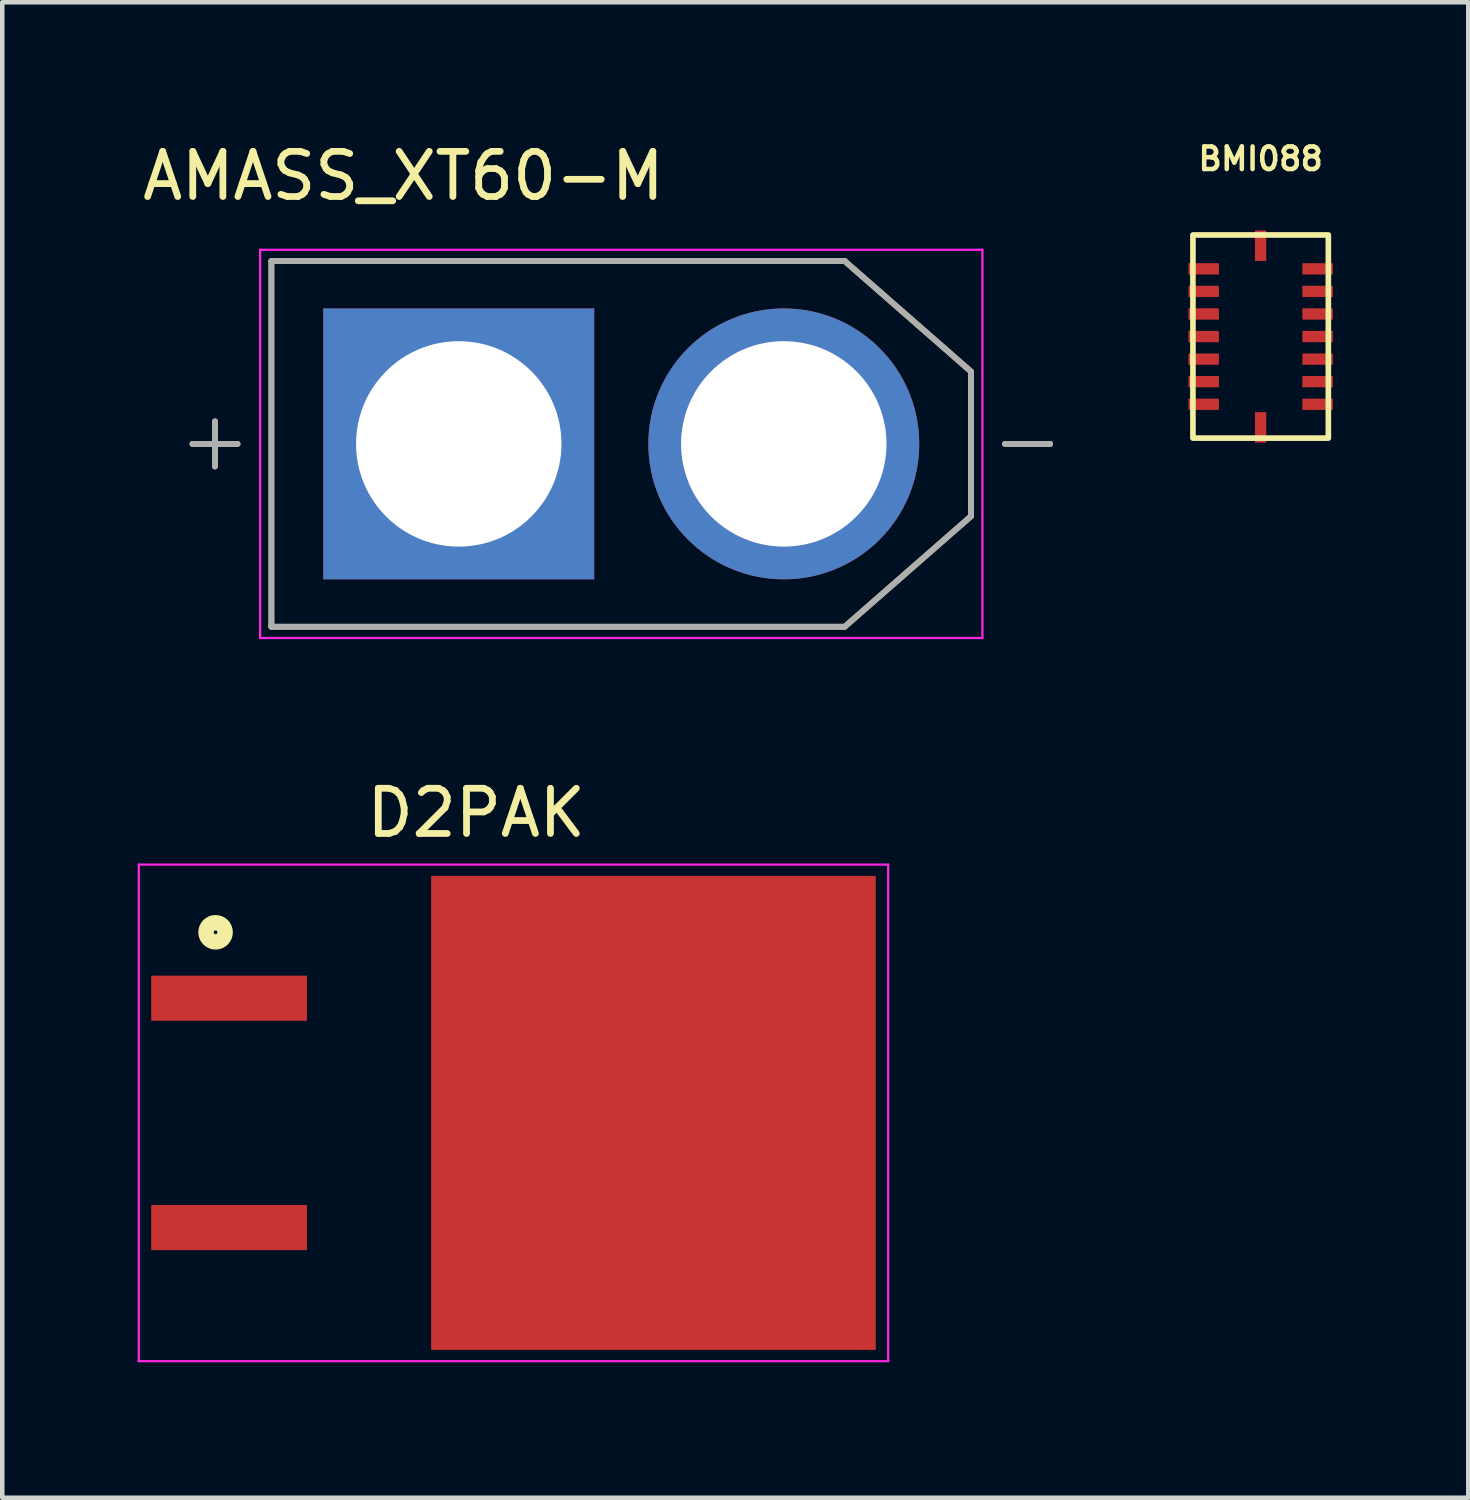
<source format=kicad_pcb>
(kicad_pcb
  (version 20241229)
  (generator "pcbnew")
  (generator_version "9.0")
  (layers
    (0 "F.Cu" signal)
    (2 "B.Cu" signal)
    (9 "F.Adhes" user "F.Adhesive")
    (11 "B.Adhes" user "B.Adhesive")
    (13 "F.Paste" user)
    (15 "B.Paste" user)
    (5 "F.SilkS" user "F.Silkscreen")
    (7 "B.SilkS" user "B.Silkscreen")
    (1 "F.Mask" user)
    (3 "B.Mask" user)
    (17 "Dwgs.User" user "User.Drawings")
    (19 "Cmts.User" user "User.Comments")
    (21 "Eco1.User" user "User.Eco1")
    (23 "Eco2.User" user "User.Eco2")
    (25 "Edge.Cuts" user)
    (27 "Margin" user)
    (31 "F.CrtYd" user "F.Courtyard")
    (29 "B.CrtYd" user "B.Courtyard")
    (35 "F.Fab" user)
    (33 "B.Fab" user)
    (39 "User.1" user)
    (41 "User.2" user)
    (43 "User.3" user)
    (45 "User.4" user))
  (footprint "D2PAK"
    (layer "F.Cu")
    (at 8.325 21.602)
    (property "Reference" "D2PAK" (at -0.826 -6.645 0) (layer "F.SilkS") (effects (font (size 1.001 1.001) (thickness 0.15))))
    (attr through_hole)
    (fp_circle (center -6.6 -4) (end -6.459 -4) (stroke (width 0.2) (type solid)) (fill no) (layer "F.SilkS"))
    (fp_circle (center -6.6 -4) (end -6.317 -4) (stroke (width 0.2) (type solid)) (fill no) (layer "F.SilkS"))
    (fp_poly (pts (xy -0.681 1.24) (xy 0.68 1.24) (xy 0.68 2.765) (xy -0.681 2.765)) (stroke (width 0.01) (type solid)) (fill yes) (layer "F.Paste"))
    (fp_poly (pts (xy -0.681 -0.76) (xy 0.68 -0.76) (xy 0.68 0.761) (xy -0.681 0.761)) (stroke (width 0.01) (type solid)) (fill yes) (layer "F.Paste"))
    (fp_poly (pts (xy -0.681 -2.76) (xy 0.68 -2.76) (xy 0.68 -1.242) (xy -0.681 -1.242)) (stroke (width 0.01) (type solid)) (fill yes) (layer "F.Paste"))
    (fp_poly (pts (xy -0.681 -4.76) (xy 0.68 -4.76) (xy 0.68 -3.244) (xy -0.681 -3.244)) (stroke (width 0.01) (type solid)) (fill yes) (layer "F.Paste"))
    (fp_poly (pts (xy -0.68 3.24) (xy 0.68 3.24) (xy 0.68 4.763) (xy -0.68 4.763)) (stroke (width 0.01) (type solid)) (fill yes) (layer "F.Paste"))
    (fp_poly (pts (xy 1.47 3.24) (xy 2.83 3.24) (xy 2.83 4.761) (xy 1.47 4.761)) (stroke (width 0.01) (type solid)) (fill yes) (layer "F.Paste"))
    (fp_poly (pts (xy 1.471 -4.76) (xy 2.83 -4.76) (xy 2.83 -3.241) (xy 1.471 -3.241)) (stroke (width 0.01) (type solid)) (fill yes) (layer "F.Paste"))
    (fp_poly (pts (xy 1.471 1.24) (xy 2.83 1.24) (xy 2.83 2.762) (xy 1.471 2.762)) (stroke (width 0.01) (type solid)) (fill yes) (layer "F.Paste"))
    (fp_poly (pts (xy 1.472 -0.76) (xy 2.83 -0.76) (xy 2.83 0.761) (xy 1.472 0.761)) (stroke (width 0.01) (type solid)) (fill yes) (layer "F.Paste"))
    (fp_poly (pts (xy 1.473 -2.76) (xy 2.83 -2.76) (xy 2.83 -1.242) (xy 1.473 -1.242)) (stroke (width 0.01) (type solid)) (fill yes) (layer "F.Paste"))
    (fp_poly (pts (xy 3.621 3.24) (xy 4.98 3.24) (xy 4.98 4.761) (xy 3.621 4.761)) (stroke (width 0.01) (type solid)) (fill yes) (layer "F.Paste"))
    (fp_poly (pts (xy 3.625 -0.76) (xy 4.98 -0.76) (xy 4.98 0.761) (xy 3.625 0.761)) (stroke (width 0.01) (type solid)) (fill yes) (layer "F.Paste"))
    (fp_poly (pts (xy 3.626 -2.76) (xy 4.98 -2.76) (xy 4.98 -1.242) (xy 3.626 -1.242)) (stroke (width 0.01) (type solid)) (fill yes) (layer "F.Paste"))
    (fp_poly (pts (xy 3.626 1.24) (xy 4.98 1.24) (xy 4.98 2.765) (xy 3.626 2.765)) (stroke (width 0.01) (type solid)) (fill yes) (layer "F.Paste"))
    (fp_poly (pts (xy 3.627 -4.76) (xy 4.98 -4.76) (xy 4.98 -3.246) (xy 3.627 -3.246)) (stroke (width 0.01) (type solid)) (fill yes) (layer "F.Paste"))
    (fp_poly (pts (xy 5.741 -4.76) (xy 7.1 -4.76) (xy 7.1 -3.24) (xy 5.741 -3.24)) (stroke (width 0.01) (type solid)) (fill yes) (layer "F.Paste"))
    (fp_poly (pts (xy 5.741 -0.76) (xy 7.1 -0.76) (xy 7.1 0.76) (xy 5.741 0.76)) (stroke (width 0.01) (type solid)) (fill yes) (layer "F.Paste"))
    (fp_poly (pts (xy 5.743 1.24) (xy 7.1 1.24) (xy 7.1 2.761) (xy 5.743 2.761)) (stroke (width 0.01) (type solid)) (fill yes) (layer "F.Paste"))
    (fp_poly (pts (xy 5.747 3.24) (xy 7.1 3.24) (xy 7.1 4.765) (xy 5.747 4.765)) (stroke (width 0.01) (type solid)) (fill yes) (layer "F.Paste"))
    (fp_poly (pts (xy 5.75 -2.76) (xy 7.1 -2.76) (xy 7.1 -1.242) (xy 5.75 -1.242)) (stroke (width 0.01) (type solid)) (fill yes) (layer "F.Paste"))
    (fp_line (start -8.3 -5.5) (end 8.3 -5.5) (stroke (width 0.05) (type solid)) (layer "F.CrtYd"))
    (fp_line (start -8.3 5.5) (end -8.3 -5.5) (stroke (width 0.05) (type solid)) (layer "F.CrtYd"))
    (fp_line (start 8.3 -5.5) (end 8.3 5.5) (stroke (width 0.05) (type solid)) (layer "F.CrtYd"))
    (fp_line (start 8.3 5.5) (end -8.3 5.5) (stroke (width 0.05) (type solid)) (layer "F.CrtYd"))
    (pad "1" smd rect (at -6.3 -2.54) (size 3.45 1) (layers "F.Cu" "F.Mask" "F.Paste"))
    (pad "2" smd rect (at -6.3 2.54) (size 3.45 1) (layers "F.Cu" "F.Mask" "F.Paste"))
    (pad "3" smd rect (at 3.1 0) (size 9.85 10.5) (layers "F.Cu" "F.Mask")))
  (footprint "AMASS_XT60-M"
    (layer "F.Cu")
    (at 10.712 6.783)
    (property "Reference" "AMASS_XT60-M" (at -4.825 -5.935 0) (layer "F.SilkS") (effects (font (size 1 1) (thickness 0.15))))
    (attr through_hole)
    (fp_line (start -9.5 0) (end -8.5 0) (stroke (width 0.127) (type solid)) (layer "F.SilkS"))
    (fp_line (start -9 -0.5) (end -9 0.5) (stroke (width 0.127) (type solid)) (layer "F.SilkS"))
    (fp_line (start -7.75 -4.05) (end 4.95 -4.05) (stroke (width 0.127) (type solid)) (layer "F.SilkS"))
    (fp_line (start -7.75 4.05) (end -7.75 -4.05) (stroke (width 0.127) (type solid)) (layer "F.SilkS"))
    (fp_line (start 4.95 -4.05) (end 7.75 -1.6) (stroke (width 0.127) (type solid)) (layer "F.SilkS"))
    (fp_line (start 4.95 4.05) (end -7.75 4.05) (stroke (width 0.127) (type solid)) (layer "F.SilkS"))
    (fp_line (start 7.75 -1.6) (end 7.75 1.6) (stroke (width 0.127) (type solid)) (layer "F.SilkS"))
    (fp_line (start 7.75 1.6) (end 4.95 4.05) (stroke (width 0.127) (type solid)) (layer "F.SilkS"))
    (fp_line (start 8.5 0) (end 9.5 0) (stroke (width 0.127) (type solid)) (layer "F.SilkS"))
    (fp_line (start -8 -4.3) (end -8 4.3) (stroke (width 0.05) (type solid)) (layer "F.CrtYd"))
    (fp_line (start -8 4.3) (end 8 4.3) (stroke (width 0.05) (type solid)) (layer "F.CrtYd"))
    (fp_line (start 8 -4.3) (end -8 -4.3) (stroke (width 0.05) (type solid)) (layer "F.CrtYd"))
    (fp_line (start 8 4.3) (end 8 -4.3) (stroke (width 0.05) (type solid)) (layer "F.CrtYd"))
    (fp_line (start -9.5 0) (end -8.5 0) (stroke (width 0.127) (type solid)) (layer "F.Fab"))
    (fp_line (start -9 -0.5) (end -9 0.5) (stroke (width 0.127) (type solid)) (layer "F.Fab"))
    (fp_line (start -7.75 -4.05) (end 4.95 -4.05) (stroke (width 0.127) (type solid)) (layer "F.Fab"))
    (fp_line (start -7.75 4.05) (end -7.75 -4.05) (stroke (width 0.127) (type solid)) (layer "F.Fab"))
    (fp_line (start 4.95 -4.05) (end 7.75 -1.6) (stroke (width 0.127) (type solid)) (layer "F.Fab"))
    (fp_line (start 4.95 4.05) (end -7.75 4.05) (stroke (width 0.127) (type solid)) (layer "F.Fab"))
    (fp_line (start 7.75 -1.6) (end 7.75 1.6) (stroke (width 0.127) (type solid)) (layer "F.Fab"))
    (fp_line (start 7.75 1.6) (end 4.95 4.05) (stroke (width 0.127) (type solid)) (layer "F.Fab"))
    (fp_line (start 8.5 0) (end 9.5 0) (stroke (width 0.127) (type solid)) (layer "F.Fab"))
    (pad "N" thru_hole circle (at 3.6 0) (size 6 6) (drill 4.55) (layers "*.Cu" "*.Mask"))
    (pad "P" thru_hole rect (at -3.6 0) (size 6 6) (drill 4.55) (layers "*.Cu" "*.Mask")))
  (footprint "BMI088"
    (layer "F.Cu")
    (at 24.875 4.405)
    (property "Reference" "BMI088" (at 0 -3.937 0) (unlocked yes) (layer "F.SilkS") (effects (font (size 0.5 0.5) (thickness 0.1))))
    (attr smd)
    (fp_rect (start -1.5 -2.25) (end 1.5 2.25) (stroke (width 0.125) (type solid)) (fill no) (layer "F.SilkS"))
    (pad "1" smd rect (at 1.262 -1.5) (size 0.675 0.25) (layers "F.Cu" "F.Mask" "F.Paste"))
    (pad "2" smd rect (at 1.262 -1 180) (size 0.675 0.25) (layers "F.Cu" "F.Mask" "F.Paste"))
    (pad "3" smd rect (at 1.262 -0.5 180) (size 0.675 0.25) (layers "F.Cu" "F.Mask" "F.Paste"))
    (pad "4" smd rect (at 1.262 0 180) (size 0.675 0.25) (layers "F.Cu" "F.Mask" "F.Paste"))
    (pad "5" smd rect (at 1.262 0.5 180) (size 0.675 0.25) (layers "F.Cu" "F.Mask" "F.Paste"))
    (pad "6" smd rect (at 1.262 1 180) (size 0.675 0.25) (layers "F.Cu" "F.Mask" "F.Paste"))
    (pad "7" smd rect (at 1.262 1.5 180) (size 0.675 0.25) (layers "F.Cu" "F.Mask" "F.Paste"))
    (pad "8" smd rect (at 0 2.013 90) (size 0.675 0.25) (layers "F.Cu" "F.Mask" "F.Paste"))
    (pad "9" smd rect (at -1.262 1.5) (size 0.675 0.25) (layers "F.Cu" "F.Mask" "F.Paste"))
    (pad "10" smd rect (at -1.262 1) (size 0.675 0.25) (layers "F.Cu" "F.Mask" "F.Paste"))
    (pad "11" smd rect (at -1.262 0.5) (size 0.675 0.25) (layers "F.Cu" "F.Mask" "F.Paste"))
    (pad "12" smd rect (at -1.262 0) (size 0.675 0.25) (layers "F.Cu" "F.Mask" "F.Paste"))
    (pad "13" smd rect (at -1.262 -0.5) (size 0.675 0.25) (layers "F.Cu" "F.Mask" "F.Paste"))
    (pad "14" smd rect (at -1.262 -1) (size 0.675 0.25) (layers "F.Cu" "F.Mask" "F.Paste"))
    (pad "15" smd rect (at -1.262 -1.5) (size 0.675 0.25) (layers "F.Cu" "F.Mask" "F.Paste"))
    (pad "16" smd rect (at 0 -2.013 90) (size 0.675 0.25) (layers "F.Cu" "F.Mask" "F.Paste")))
  (gr_rect
    (start -3 -3)
    (end 29.475 30.127)
    (stroke (width 0.1) (type default))
    (fill no)
    (layer "Edge.Cuts")))
</source>
